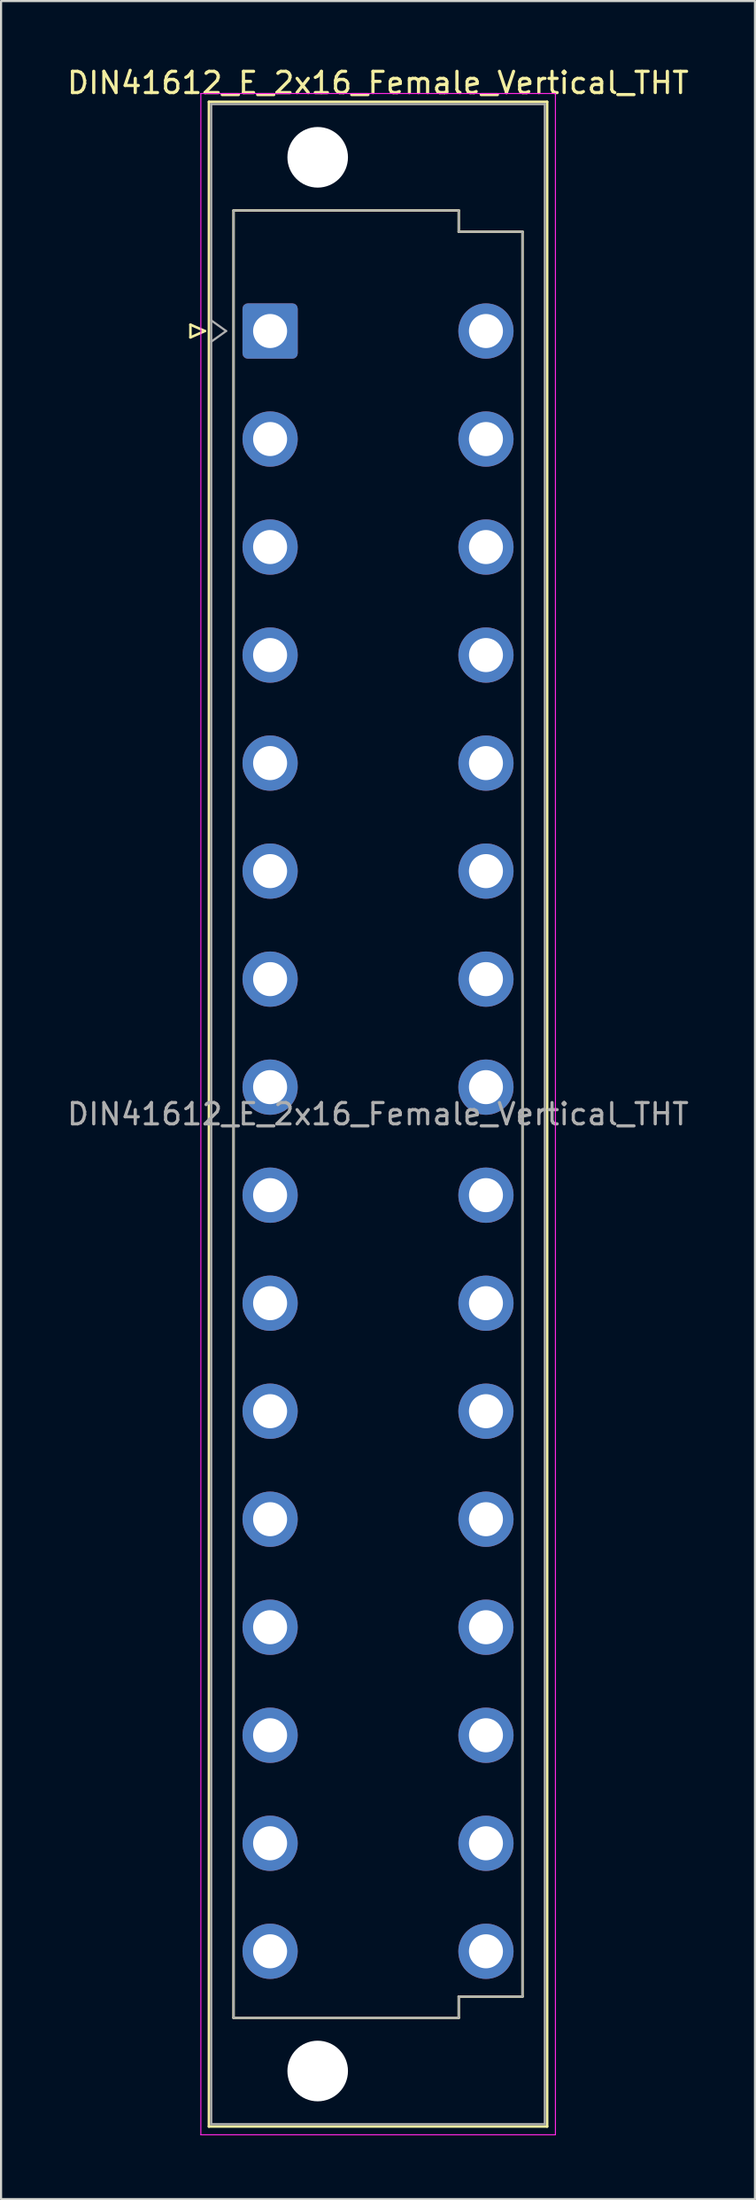
<source format=kicad_pcb>
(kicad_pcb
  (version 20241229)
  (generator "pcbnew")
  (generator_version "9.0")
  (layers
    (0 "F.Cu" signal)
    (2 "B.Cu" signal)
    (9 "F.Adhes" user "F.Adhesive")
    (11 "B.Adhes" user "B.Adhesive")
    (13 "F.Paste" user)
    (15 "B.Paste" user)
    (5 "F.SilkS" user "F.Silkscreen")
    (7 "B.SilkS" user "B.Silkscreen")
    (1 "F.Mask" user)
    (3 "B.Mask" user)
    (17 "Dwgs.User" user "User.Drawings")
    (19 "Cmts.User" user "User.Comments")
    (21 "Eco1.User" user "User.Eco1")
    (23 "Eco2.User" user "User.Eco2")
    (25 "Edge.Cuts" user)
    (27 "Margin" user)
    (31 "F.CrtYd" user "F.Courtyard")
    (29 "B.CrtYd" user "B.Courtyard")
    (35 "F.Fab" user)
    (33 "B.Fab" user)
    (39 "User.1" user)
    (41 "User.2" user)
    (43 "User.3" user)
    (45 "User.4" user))
  (footprint "DIN41612_E_2x16_Female_Vertical_THT"
    (layer "F.Cu")
    (at 9.664 9.978)
    (property "Reference" "DIN41612_E_2x16_Female_Vertical_THT" (at 5.08 -9.13 0) (layer "F.SilkS") (effects (font (size 1 1) (thickness 0.15))))
    (attr through_hole)
    (fp_line (start -3.75 2.24) (end -3.75 2.84) (stroke (width 0.12) (type solid)) (layer "F.SilkS"))
    (fp_line (start -3.75 2.84) (end -3.07 2.54) (stroke (width 0.12) (type solid)) (layer "F.SilkS"))
    (fp_line (start -3.07 2.54) (end -3.75 2.24) (stroke (width 0.12) (type solid)) (layer "F.SilkS"))
    (fp_line (start -2.88 -8.24) (end 13.04 -8.24) (stroke (width 0.12) (type solid)) (layer "F.SilkS"))
    (fp_line (start -2.88 86.98) (end -2.88 -8.24) (stroke (width 0.12) (type solid)) (layer "F.SilkS"))
    (fp_line (start -1.72 -3.13) (end 8.88 -3.13) (stroke (width 0.12) (type solid)) (layer "F.SilkS"))
    (fp_line (start -1.72 81.87) (end -1.72 -3.13) (stroke (width 0.12) (type solid)) (layer "F.SilkS"))
    (fp_line (start 8.88 -3.13) (end 8.88 -2.13) (stroke (width 0.12) (type solid)) (layer "F.SilkS"))
    (fp_line (start 8.88 -2.13) (end 11.88 -2.13) (stroke (width 0.12) (type solid)) (layer "F.SilkS"))
    (fp_line (start 8.88 80.87) (end 8.88 81.87) (stroke (width 0.12) (type solid)) (layer "F.SilkS"))
    (fp_line (start 8.88 81.87) (end -1.72 81.87) (stroke (width 0.12) (type solid)) (layer "F.SilkS"))
    (fp_line (start 11.88 -2.13) (end 11.88 80.87) (stroke (width 0.12) (type solid)) (layer "F.SilkS"))
    (fp_line (start 11.88 80.87) (end 8.88 80.87) (stroke (width 0.12) (type solid)) (layer "F.SilkS"))
    (fp_line (start 13.04 -8.24) (end 13.04 86.98) (stroke (width 0.12) (type solid)) (layer "F.SilkS"))
    (fp_line (start 13.04 86.98) (end -2.88 86.98) (stroke (width 0.12) (type solid)) (layer "F.SilkS"))
    (fp_line (start -3.26 -8.63) (end 13.43 -8.63) (stroke (width 0.05) (type solid)) (layer "F.CrtYd"))
    (fp_line (start -3.26 87.37) (end -3.26 -8.63) (stroke (width 0.05) (type solid)) (layer "F.CrtYd"))
    (fp_line (start 13.43 -8.63) (end 13.43 87.37) (stroke (width 0.05) (type solid)) (layer "F.CrtYd"))
    (fp_line (start 13.43 87.37) (end -3.26 87.37) (stroke (width 0.05) (type solid)) (layer "F.CrtYd"))
    (fp_line (start -2.77 -8.13) (end 12.93 -8.13) (stroke (width 0.1) (type solid)) (layer "F.Fab"))
    (fp_line (start -2.77 2.04) (end -2.07 2.54) (stroke (width 0.1) (type solid)) (layer "F.Fab"))
    (fp_line (start -2.77 86.87) (end -2.77 -8.13) (stroke (width 0.1) (type solid)) (layer "F.Fab"))
    (fp_line (start -2.07 2.54) (end -2.77 3.04) (stroke (width 0.1) (type solid)) (layer "F.Fab"))
    (fp_line (start -1.72 -3.13) (end 8.88 -3.13) (stroke (width 0.1) (type solid)) (layer "F.Fab"))
    (fp_line (start -1.72 81.87) (end -1.72 -3.13) (stroke (width 0.1) (type solid)) (layer "F.Fab"))
    (fp_line (start 8.88 -3.13) (end 8.88 -2.13) (stroke (width 0.1) (type solid)) (layer "F.Fab"))
    (fp_line (start 8.88 -2.13) (end 11.88 -2.13) (stroke (width 0.1) (type solid)) (layer "F.Fab"))
    (fp_line (start 8.88 80.87) (end 8.88 81.87) (stroke (width 0.1) (type solid)) (layer "F.Fab"))
    (fp_line (start 8.88 81.87) (end -1.72 81.87) (stroke (width 0.1) (type solid)) (layer "F.Fab"))
    (fp_line (start 11.88 -2.13) (end 11.88 80.87) (stroke (width 0.1) (type solid)) (layer "F.Fab"))
    (fp_line (start 11.88 80.87) (end 8.88 80.87) (stroke (width 0.1) (type solid)) (layer "F.Fab"))
    (fp_line (start 12.93 -8.13) (end 12.93 86.87) (stroke (width 0.1) (type solid)) (layer "F.Fab"))
    (fp_line (start 12.93 86.87) (end -2.77 86.87) (stroke (width 0.1) (type solid)) (layer "F.Fab"))
    (fp_text user "${REFERENCE}" (at 5.08 39.37 0) (layer "F.Fab") (effects (font (size 1 1) (thickness 0.15))))
    (pad "" np_thru_hole circle (at 2.24 -5.63) (size 2.85 2.85) (drill 2.85) (layers "*.Cu" "*.Mask"))
    (pad "" np_thru_hole circle (at 2.24 84.37) (size 2.85 2.85) (drill 2.85) (layers "*.Cu" "*.Mask"))
    (pad "a2" thru_hole roundrect (at 0 2.54) (size 2.6 2.6) (drill 1.6) (layers "*.Cu" "*.Mask") (roundrect_rratio 0.096))
    (pad "a4" thru_hole circle (at 0 7.62) (size 2.6 2.6) (drill 1.6) (layers "*.Cu" "*.Mask"))
    (pad "a6" thru_hole circle (at 0 12.7) (size 2.6 2.6) (drill 1.6) (layers "*.Cu" "*.Mask"))
    (pad "a8" thru_hole circle (at 0 17.78) (size 2.6 2.6) (drill 1.6) (layers "*.Cu" "*.Mask"))
    (pad "a10" thru_hole circle (at 0 22.86) (size 2.6 2.6) (drill 1.6) (layers "*.Cu" "*.Mask"))
    (pad "a12" thru_hole circle (at 0 27.94) (size 2.6 2.6) (drill 1.6) (layers "*.Cu" "*.Mask"))
    (pad "a14" thru_hole circle (at 0 33.02) (size 2.6 2.6) (drill 1.6) (layers "*.Cu" "*.Mask"))
    (pad "a16" thru_hole circle (at 0 38.1) (size 2.6 2.6) (drill 1.6) (layers "*.Cu" "*.Mask"))
    (pad "a18" thru_hole circle (at 0 43.18) (size 2.6 2.6) (drill 1.6) (layers "*.Cu" "*.Mask"))
    (pad "a20" thru_hole circle (at 0 48.26) (size 2.6 2.6) (drill 1.6) (layers "*.Cu" "*.Mask"))
    (pad "a22" thru_hole circle (at 0 53.34) (size 2.6 2.6) (drill 1.6) (layers "*.Cu" "*.Mask"))
    (pad "a24" thru_hole circle (at 0 58.42) (size 2.6 2.6) (drill 1.6) (layers "*.Cu" "*.Mask"))
    (pad "a26" thru_hole circle (at 0 63.5) (size 2.6 2.6) (drill 1.6) (layers "*.Cu" "*.Mask"))
    (pad "a28" thru_hole circle (at 0 68.58) (size 2.6 2.6) (drill 1.6) (layers "*.Cu" "*.Mask"))
    (pad "a30" thru_hole circle (at 0 73.66) (size 2.6 2.6) (drill 1.6) (layers "*.Cu" "*.Mask"))
    (pad "a32" thru_hole circle (at 0 78.74) (size 2.6 2.6) (drill 1.6) (layers "*.Cu" "*.Mask"))
    (pad "e2" thru_hole circle (at 10.16 2.54) (size 2.6 2.6) (drill 1.6) (layers "*.Cu" "*.Mask"))
    (pad "e4" thru_hole circle (at 10.16 7.62) (size 2.6 2.6) (drill 1.6) (layers "*.Cu" "*.Mask"))
    (pad "e6" thru_hole circle (at 10.16 12.7) (size 2.6 2.6) (drill 1.6) (layers "*.Cu" "*.Mask"))
    (pad "e8" thru_hole circle (at 10.16 17.78) (size 2.6 2.6) (drill 1.6) (layers "*.Cu" "*.Mask"))
    (pad "e10" thru_hole circle (at 10.16 22.86) (size 2.6 2.6) (drill 1.6) (layers "*.Cu" "*.Mask"))
    (pad "e12" thru_hole circle (at 10.16 27.94) (size 2.6 2.6) (drill 1.6) (layers "*.Cu" "*.Mask"))
    (pad "e14" thru_hole circle (at 10.16 33.02) (size 2.6 2.6) (drill 1.6) (layers "*.Cu" "*.Mask"))
    (pad "e16" thru_hole circle (at 10.16 38.1) (size 2.6 2.6) (drill 1.6) (layers "*.Cu" "*.Mask"))
    (pad "e18" thru_hole circle (at 10.16 43.18) (size 2.6 2.6) (drill 1.6) (layers "*.Cu" "*.Mask"))
    (pad "e20" thru_hole circle (at 10.16 48.26) (size 2.6 2.6) (drill 1.6) (layers "*.Cu" "*.Mask"))
    (pad "e22" thru_hole circle (at 10.16 53.34) (size 2.6 2.6) (drill 1.6) (layers "*.Cu" "*.Mask"))
    (pad "e24" thru_hole circle (at 10.16 58.42) (size 2.6 2.6) (drill 1.6) (layers "*.Cu" "*.Mask"))
    (pad "e26" thru_hole circle (at 10.16 63.5) (size 2.6 2.6) (drill 1.6) (layers "*.Cu" "*.Mask"))
    (pad "e28" thru_hole circle (at 10.16 68.58) (size 2.6 2.6) (drill 1.6) (layers "*.Cu" "*.Mask"))
    (pad "e30" thru_hole circle (at 10.16 73.66) (size 2.6 2.6) (drill 1.6) (layers "*.Cu" "*.Mask"))
    (pad "e32" thru_hole circle (at 10.16 78.74) (size 2.6 2.6) (drill 1.6) (layers "*.Cu" "*.Mask")))
  (gr_rect
    (start -3 -3)
    (end 32.488 100.373)
    (stroke (width 0.1) (type default))
    (fill no)
    (layer "Edge.Cuts")))
</source>
